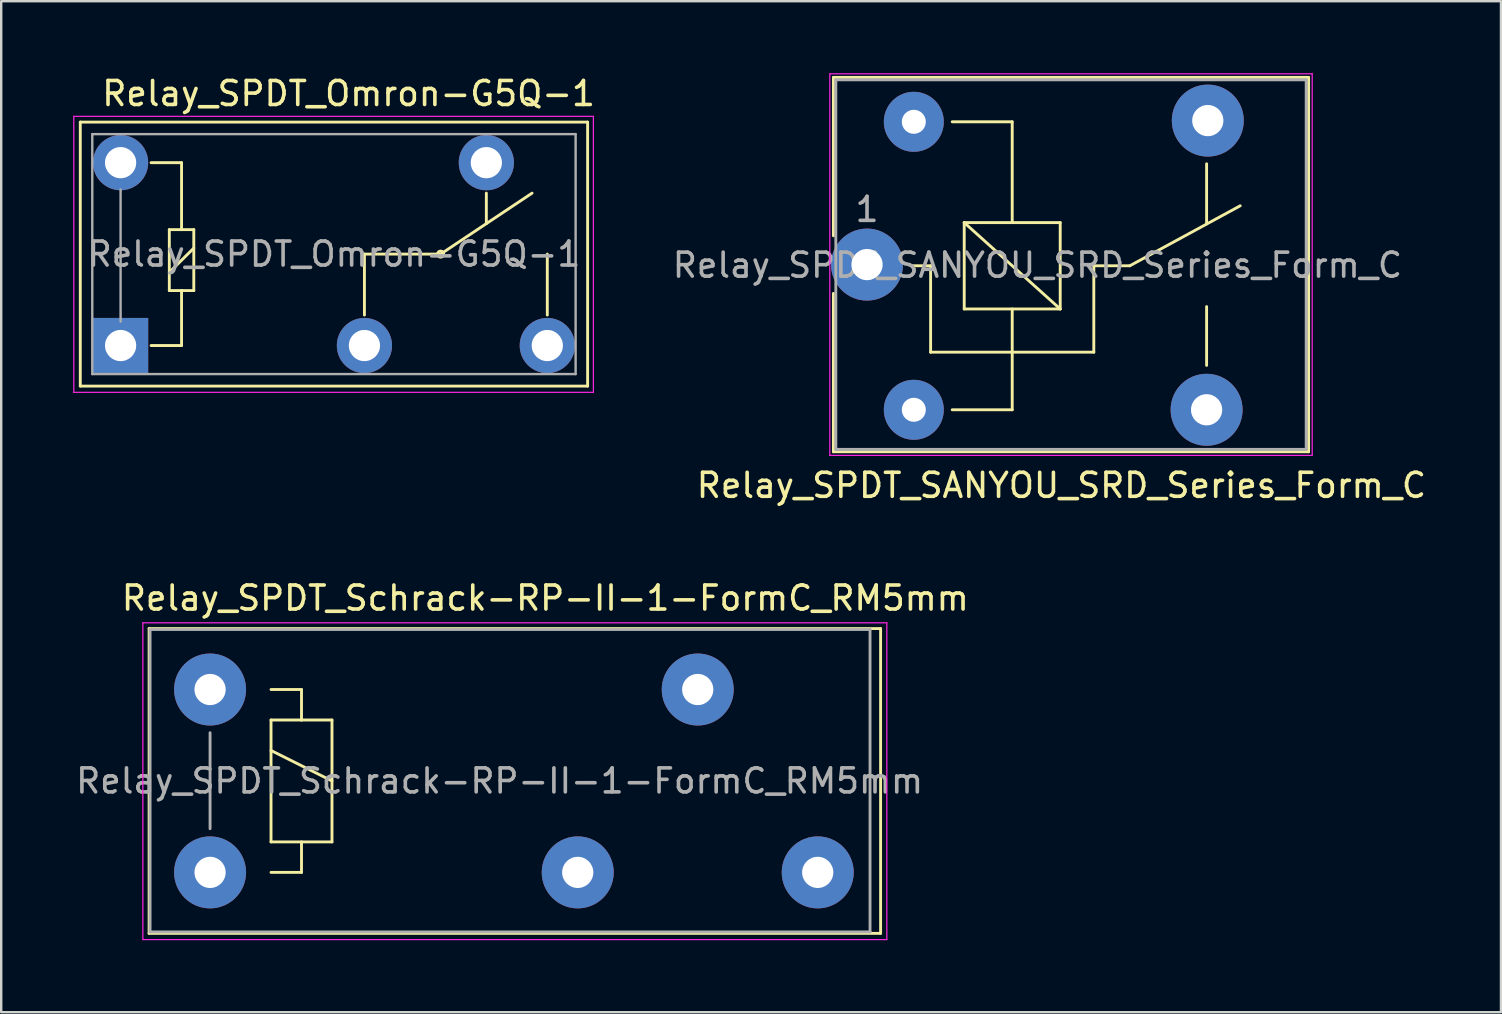
<source format=kicad_pcb>
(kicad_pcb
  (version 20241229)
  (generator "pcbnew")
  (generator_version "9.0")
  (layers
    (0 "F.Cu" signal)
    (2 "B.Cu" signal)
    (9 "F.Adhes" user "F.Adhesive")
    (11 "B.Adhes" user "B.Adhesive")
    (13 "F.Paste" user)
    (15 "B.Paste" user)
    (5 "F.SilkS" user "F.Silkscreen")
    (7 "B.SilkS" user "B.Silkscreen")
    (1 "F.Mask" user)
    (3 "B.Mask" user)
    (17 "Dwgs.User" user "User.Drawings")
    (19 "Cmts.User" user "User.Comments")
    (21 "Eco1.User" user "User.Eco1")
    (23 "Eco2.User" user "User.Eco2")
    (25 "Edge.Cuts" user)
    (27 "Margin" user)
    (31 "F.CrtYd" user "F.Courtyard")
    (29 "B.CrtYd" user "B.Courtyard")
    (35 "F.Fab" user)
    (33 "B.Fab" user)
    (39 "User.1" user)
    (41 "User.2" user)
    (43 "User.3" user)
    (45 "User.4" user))
  (footprint "Relay_SPDT_Schrack-RP-II-1-FormC_RM5mm"
    (layer "F.Cu")
    (at 5.703 25.681)
    (property "Reference" "Relay_SPDT_Schrack-RP-II-1-FormC_RM5mm" (at 13.97 -3.81 0) (layer "F.SilkS") (effects (font (size 1 1) (thickness 0.15))))
    (attr through_hole)
    (fp_line (start -2.54 -2.54) (end 27.94 -2.54) (stroke (width 0.12) (type solid)) (layer "F.SilkS"))
    (fp_line (start -2.54 10.16) (end -2.54 -2.54) (stroke (width 0.12) (type solid)) (layer "F.SilkS"))
    (fp_line (start 2.54 0) (end 3.81 0) (stroke (width 0.12) (type solid)) (layer "F.SilkS"))
    (fp_line (start 2.54 1.27) (end 3.81 1.27) (stroke (width 0.12) (type solid)) (layer "F.SilkS"))
    (fp_line (start 2.54 2.54) (end 5.08 3.81) (stroke (width 0.12) (type solid)) (layer "F.SilkS"))
    (fp_line (start 2.54 6.35) (end 2.54 1.27) (stroke (width 0.12) (type solid)) (layer "F.SilkS"))
    (fp_line (start 3.81 0) (end 3.81 1.27) (stroke (width 0.12) (type solid)) (layer "F.SilkS"))
    (fp_line (start 3.81 1.27) (end 5.08 1.27) (stroke (width 0.12) (type solid)) (layer "F.SilkS"))
    (fp_line (start 3.81 6.35) (end 3.81 7.62) (stroke (width 0.12) (type solid)) (layer "F.SilkS"))
    (fp_line (start 3.81 7.62) (end 2.54 7.62) (stroke (width 0.12) (type solid)) (layer "F.SilkS"))
    (fp_line (start 5.08 1.27) (end 5.08 6.35) (stroke (width 0.12) (type solid)) (layer "F.SilkS"))
    (fp_line (start 5.08 6.35) (end 2.54 6.35) (stroke (width 0.12) (type solid)) (layer "F.SilkS"))
    (fp_line (start 27.94 -2.54) (end 27.94 10.16) (stroke (width 0.12) (type solid)) (layer "F.SilkS"))
    (fp_line (start 27.94 10.16) (end -2.54 10.16) (stroke (width 0.12) (type solid)) (layer "F.SilkS"))
    (fp_line (start -2.8 -2.78) (end 28.2 -2.78) (stroke (width 0.05) (type solid)) (layer "F.CrtYd"))
    (fp_line (start -2.8 10.42) (end -2.8 -2.78) (stroke (width 0.05) (type solid)) (layer "F.CrtYd"))
    (fp_line (start 28.2 -2.78) (end 28.2 10.42) (stroke (width 0.05) (type solid)) (layer "F.CrtYd"))
    (fp_line (start 28.2 10.42) (end -2.8 10.42) (stroke (width 0.05) (type solid)) (layer "F.CrtYd"))
    (fp_line (start -2.5 -2.5) (end 27.5 -2.5) (stroke (width 0.12) (type solid)) (layer "F.Fab"))
    (fp_line (start -2.5 10.1) (end -2.5 -2.5) (stroke (width 0.12) (type solid)) (layer "F.Fab"))
    (fp_line (start 0 1.8) (end 0 5.8) (stroke (width 0.12) (type solid)) (layer "F.Fab"))
    (fp_line (start 27.5 -2.5) (end 27.5 10.1) (stroke (width 0.12) (type solid)) (layer "F.Fab"))
    (fp_line (start 27.5 10.1) (end -2.5 10.1) (stroke (width 0.12) (type solid)) (layer "F.Fab"))
    (fp_text user "${REFERENCE}" (at 12.065 3.81 0) (layer "F.Fab") (effects (font (size 1 1) (thickness 0.15))))
    (pad "11" thru_hole circle (at 20.32 0) (size 3 3) (drill 1.3) (layers "*.Cu" "*.Mask"))
    (pad "12" thru_hole circle (at 15.32 7.62) (size 3 3) (drill 1.3) (layers "*.Cu" "*.Mask"))
    (pad "14" thru_hole circle (at 25.32 7.62) (size 3 3) (drill 1.3) (layers "*.Cu" "*.Mask"))
    (pad "A1" thru_hole circle (at 0 0) (size 3 3) (drill 1.3) (layers "*.Cu" "*.Mask"))
    (pad "A2" thru_hole circle (at 0 7.62) (size 3 3) (drill 1.3) (layers "*.Cu" "*.Mask")))
  (footprint "Relay_SPDT_SANYOU_SRD_Series_Form_C"
    (layer "F.Cu")
    (at 33.077 7.975)
    (property "Reference" "Relay_SPDT_SANYOU_SRD_Series_Form_C" (at 8.1 9.2 0) (layer "F.SilkS") (effects (font (size 1 1) (thickness 0.15))))
    (attr through_hole)
    (fp_line (start -1.4 -7.8) (end -1.4 -1.2) (stroke (width 0.12) (type solid)) (layer "F.SilkS"))
    (fp_line (start -1.4 -7.8) (end 18.4 -7.8) (stroke (width 0.12) (type solid)) (layer "F.SilkS"))
    (fp_line (start -1.4 1.2) (end -1.4 7.8) (stroke (width 0.12) (type solid)) (layer "F.SilkS"))
    (fp_line (start 2.65 0.05) (end 1.85 0.05) (stroke (width 0.12) (type solid)) (layer "F.SilkS"))
    (fp_line (start 2.65 0.05) (end 2.65 3.65) (stroke (width 0.12) (type solid)) (layer "F.SilkS"))
    (fp_line (start 3.55 6.05) (end 6.05 6.05) (stroke (width 0.12) (type solid)) (layer "F.SilkS"))
    (fp_line (start 4.05 -1.75) (end 8.05 -1.75) (stroke (width 0.12) (type solid)) (layer "F.SilkS"))
    (fp_line (start 4.05 1.85) (end 4.05 -1.75) (stroke (width 0.12) (type solid)) (layer "F.SilkS"))
    (fp_line (start 6.05 -5.95) (end 3.55 -5.95) (stroke (width 0.12) (type solid)) (layer "F.SilkS"))
    (fp_line (start 6.05 -5.95) (end 6.05 -1.75) (stroke (width 0.12) (type solid)) (layer "F.SilkS"))
    (fp_line (start 6.05 1.85) (end 6.05 6.05) (stroke (width 0.12) (type solid)) (layer "F.SilkS"))
    (fp_line (start 8.05 -1.75) (end 8.05 1.85) (stroke (width 0.12) (type solid)) (layer "F.SilkS"))
    (fp_line (start 8.05 1.85) (end 4.05 -1.75) (stroke (width 0.12) (type solid)) (layer "F.SilkS"))
    (fp_line (start 8.05 1.85) (end 4.05 1.85) (stroke (width 0.12) (type solid)) (layer "F.SilkS"))
    (fp_line (start 9.45 0.05) (end 9.45 3.65) (stroke (width 0.12) (type solid)) (layer "F.SilkS"))
    (fp_line (start 9.45 0.05) (end 10.95 0.05) (stroke (width 0.12) (type solid)) (layer "F.SilkS"))
    (fp_line (start 9.45 3.65) (end 2.65 3.65) (stroke (width 0.12) (type solid)) (layer "F.SilkS"))
    (fp_line (start 10.95 0.05) (end 15.55 -2.45) (stroke (width 0.12) (type solid)) (layer "F.SilkS"))
    (fp_line (start 14.15 -4.2) (end 14.15 -1.7) (stroke (width 0.12) (type solid)) (layer "F.SilkS"))
    (fp_line (start 14.15 4.2) (end 14.15 1.75) (stroke (width 0.12) (type solid)) (layer "F.SilkS"))
    (fp_line (start 18.4 -7.8) (end 18.4 7.8) (stroke (width 0.12) (type solid)) (layer "F.SilkS"))
    (fp_line (start 18.4 7.8) (end -1.4 7.8) (stroke (width 0.12) (type solid)) (layer "F.SilkS"))
    (fp_line (start -1.55 7.95) (end -1.55 -7.95) (stroke (width 0.05) (type solid)) (layer "F.CrtYd"))
    (fp_line (start -1.55 7.95) (end 18.55 7.95) (stroke (width 0.05) (type solid)) (layer "F.CrtYd"))
    (fp_line (start 18.55 -7.95) (end -1.55 -7.95) (stroke (width 0.05) (type solid)) (layer "F.CrtYd"))
    (fp_line (start 18.55 -7.95) (end 18.55 7.95) (stroke (width 0.05) (type solid)) (layer "F.CrtYd"))
    (fp_line (start -1.3 -7.7) (end 18.3 -7.7) (stroke (width 0.12) (type solid)) (layer "F.Fab"))
    (fp_line (start -1.3 7.7) (end -1.3 -7.7) (stroke (width 0.12) (type solid)) (layer "F.Fab"))
    (fp_line (start 18.3 -7.7) (end 18.3 7.7) (stroke (width 0.12) (type solid)) (layer "F.Fab"))
    (fp_line (start 18.3 7.7) (end -1.3 7.7) (stroke (width 0.12) (type solid)) (layer "F.Fab"))
    (fp_text user "${REFERENCE}" (at 7.1 0.025 0) (layer "F.Fab") (effects (font (size 1 1) (thickness 0.15))))
    (fp_text user "1" (at 0 -2.3 0) (layer "F.Fab") (effects (font (size 1 1) (thickness 0.15))))
    (pad "1" thru_hole circle (at 0 0 90) (size 3 3) (drill 1.3) (layers "*.Cu" "*.Mask"))
    (pad "2" thru_hole circle (at 1.95 6.05 90) (size 2.5 2.5) (drill 1) (layers "*.Cu" "*.Mask"))
    (pad "3" thru_hole circle (at 14.15 6.05 90) (size 3 3) (drill 1.3) (layers "*.Cu" "*.Mask"))
    (pad "4" thru_hole circle (at 14.2 -6 90) (size 3 3) (drill 1.3) (layers "*.Cu" "*.Mask"))
    (pad "5" thru_hole circle (at 1.95 -5.95 90) (size 2.5 2.5) (drill 1) (layers "*.Cu" "*.Mask")))
  (footprint "Relay_SPDT_Omron-G5Q-1"
    (layer "F.Cu")
    (at 1.975 11.348)
    (property "Reference" "Relay_SPDT_Omron-G5Q-1" (at 9.5 -10.5 180) (layer "F.SilkS") (effects (font (size 1 1) (thickness 0.15))))
    (attr through_hole)
    (fp_line (start -1.68 -9.31) (end 19.46 -9.31) (stroke (width 0.12) (type solid)) (layer "F.SilkS"))
    (fp_line (start -1.68 1.69) (end -1.68 -9.31) (stroke (width 0.12) (type solid)) (layer "F.SilkS"))
    (fp_line (start -1.68 1.69) (end 19.46 1.69) (stroke (width 0.12) (type solid)) (layer "F.SilkS"))
    (fp_line (start 1.27 0) (end 2.54 0) (stroke (width 0.12) (type solid)) (layer "F.SilkS"))
    (fp_line (start 2.03 -4.83) (end 2.54 -4.83) (stroke (width 0.12) (type solid)) (layer "F.SilkS"))
    (fp_line (start 2.03 -3.05) (end 3.05 -4.06) (stroke (width 0.12) (type solid)) (layer "F.SilkS"))
    (fp_line (start 2.03 -2.29) (end 2.03 -4.83) (stroke (width 0.12) (type solid)) (layer "F.SilkS"))
    (fp_line (start 2.54 -7.62) (end 1.27 -7.62) (stroke (width 0.12) (type solid)) (layer "F.SilkS"))
    (fp_line (start 2.54 -4.83) (end 2.54 -7.62) (stroke (width 0.12) (type solid)) (layer "F.SilkS"))
    (fp_line (start 2.54 -4.83) (end 3.05 -4.83) (stroke (width 0.12) (type solid)) (layer "F.SilkS"))
    (fp_line (start 2.54 -2.29) (end 2.03 -2.29) (stroke (width 0.12) (type solid)) (layer "F.SilkS"))
    (fp_line (start 2.54 0) (end 2.54 -2.29) (stroke (width 0.12) (type solid)) (layer "F.SilkS"))
    (fp_line (start 3.05 -4.83) (end 3.05 -2.29) (stroke (width 0.12) (type solid)) (layer "F.SilkS"))
    (fp_line (start 3.05 -2.29) (end 2.54 -2.29) (stroke (width 0.12) (type solid)) (layer "F.SilkS"))
    (fp_line (start 10.16 -3.81) (end 13.335 -3.81) (stroke (width 0.12) (type solid)) (layer "F.SilkS"))
    (fp_line (start 10.16 -1.27) (end 10.16 -3.81) (stroke (width 0.12) (type solid)) (layer "F.SilkS"))
    (fp_line (start 13.335 -3.81) (end 17.145 -6.35) (stroke (width 0.12) (type solid)) (layer "F.SilkS"))
    (fp_line (start 15.24 -6.35) (end 15.24 -5.08) (stroke (width 0.12) (type solid)) (layer "F.SilkS"))
    (fp_line (start 17.78 -1.27) (end 17.78 -3.81) (stroke (width 0.12) (type solid)) (layer "F.SilkS"))
    (fp_line (start 19.46 1.69) (end 19.46 -9.31) (stroke (width 0.12) (type solid)) (layer "F.SilkS"))
    (fp_circle (center 13.335 -3.81) (end 13.462 -3.81) (stroke (width 0.12) (type solid)) (fill no) (layer "F.SilkS"))
    (fp_line (start -1.95 -9.55) (end 19.7 -9.55) (stroke (width 0.05) (type solid)) (layer "F.CrtYd"))
    (fp_line (start -1.95 1.95) (end -1.95 -9.55) (stroke (width 0.05) (type solid)) (layer "F.CrtYd"))
    (fp_line (start 19.7 -9.55) (end 19.7 1.95) (stroke (width 0.05) (type solid)) (layer "F.CrtYd"))
    (fp_line (start 19.7 1.95) (end -1.95 1.95) (stroke (width 0.05) (type solid)) (layer "F.CrtYd"))
    (fp_line (start -1.18 -8.81) (end 18.96 -8.81) (stroke (width 0.1) (type solid)) (layer "F.Fab"))
    (fp_line (start -1.18 1.19) (end -1.18 -8.81) (stroke (width 0.1) (type solid)) (layer "F.Fab"))
    (fp_line (start 0 -1) (end 0 -6.5) (stroke (width 0.1) (type solid)) (layer "F.Fab"))
    (fp_line (start 18.96 -8.81) (end 18.96 1.19) (stroke (width 0.1) (type solid)) (layer "F.Fab"))
    (fp_line (start 18.96 1.19) (end -1.18 1.19) (stroke (width 0.1) (type solid)) (layer "F.Fab"))
    (fp_text user "${REFERENCE}" (at 8.89 -3.81 0) (layer "F.Fab") (effects (font (size 1 1) (thickness 0.15))))
    (pad "1" thru_hole rect (at 0 0 180) (size 2.3 2.3) (drill 1.3) (layers "*.Cu" "*.Mask"))
    (pad "2" thru_hole circle (at 10.16 0 180) (size 2.3 2.3) (drill 1.3) (layers "*.Cu" "*.Mask"))
    (pad "3" thru_hole circle (at 17.78 0 180) (size 2.3 2.3) (drill 1.3) (layers "*.Cu" "*.Mask"))
    (pad "4" thru_hole circle (at 15.24 -7.62 180) (size 2.3 2.3) (drill 1.3) (layers "*.Cu" "*.Mask"))
    (pad "5" thru_hole circle (at 0 -7.62 180) (size 2.3 2.3) (drill 1.3) (layers "*.Cu" "*.Mask")))
  (gr_rect
    (start -3 -3)
    (end 59.493 39.127)
    (stroke (width 0.1) (type default))
    (fill no)
    (layer "Edge.Cuts")))
</source>
